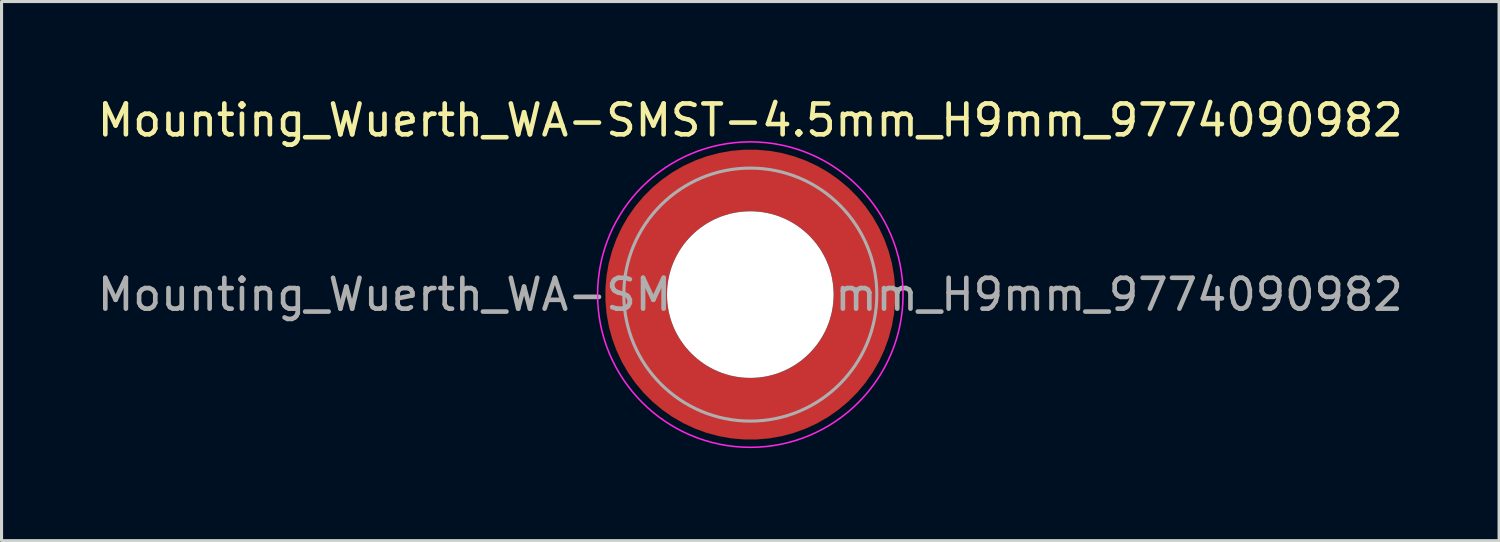
<source format=kicad_pcb>
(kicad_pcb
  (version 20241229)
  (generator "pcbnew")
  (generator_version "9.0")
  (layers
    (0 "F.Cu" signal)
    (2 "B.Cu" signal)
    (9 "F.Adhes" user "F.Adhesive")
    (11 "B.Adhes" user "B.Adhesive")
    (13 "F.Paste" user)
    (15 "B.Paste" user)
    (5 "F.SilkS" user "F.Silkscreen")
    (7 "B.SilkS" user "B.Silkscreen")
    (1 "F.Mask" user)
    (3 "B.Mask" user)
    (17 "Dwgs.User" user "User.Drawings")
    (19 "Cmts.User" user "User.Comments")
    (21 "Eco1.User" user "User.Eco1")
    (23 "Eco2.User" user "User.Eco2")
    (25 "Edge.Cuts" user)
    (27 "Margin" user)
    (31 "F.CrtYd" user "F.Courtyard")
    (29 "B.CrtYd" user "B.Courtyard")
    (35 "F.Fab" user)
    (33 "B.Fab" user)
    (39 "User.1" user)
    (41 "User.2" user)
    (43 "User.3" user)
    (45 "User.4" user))
  (footprint "Mounting_Wuerth_WA-SMST-4.5mm_H9mm_9774090982"
    (layer "F.Cu")
    (at 21.268 6.498)
    (property "Reference" "Mounting_Wuerth_WA-SMST-4.5mm_H9mm_9774090982" (at 0 -5.65 0) (layer "F.SilkS") (effects (font (size 1 1) (thickness 0.15))))
    (attr smd)
    (fp_circle (center 0 0) (end 4.95 0) (stroke (width 0.05) (type solid)) (fill no) (layer "F.CrtYd"))
    (fp_circle (center 0 0) (end 4.1 0) (stroke (width 0.1) (type solid)) (fill no) (layer "F.Fab"))
    (fp_text user "${REFERENCE}" (at 0 0 0) (layer "F.Fab") (effects (font (size 1 1) (thickness 0.15))))
    (pad "" smd custom (at -2.607 -2.607) (size 1.495 1.495) (layers "F.Paste") (options (anchor circle)) (primitives (gr_arc (start -0.188183 2.107456) (mid 0.598928 0.599619) (end 2.106494 -0.188011) (width 0.2)) (gr_arc (start -0.289416 2.107456) (mid 0.528508 0.529033) (end 2.106724 -0.28929) (width 0.2)) (gr_arc (start -0.390547 2.107456) (mid 0.457087 0.459449) (end 2.104161 -0.389996) (width 0.2)) (gr_arc (start -0.491585 2.107456) (mid 0.386415 0.389116) (end 2.103685 -0.490974) (width 0.2)) (gr_arc (start -0.59254 2.107456) (mid 0.31649 0.318035) (end 2.105297 -0.592202) (width 0.2)) (gr_arc (start -0.693419 2.107456) (mid 0.245252 0.248268) (end 2.103239 -0.692777) (width 0.2)) (gr_arc (start -0.794229 2.107456) (mid 0.174636 0.177878) (end 2.102921 -0.793559) (width 0.2)) (gr_arc (start -0.894975 2.107456) (mid 0.104643 0.106866) (end 2.104343 -0.894529) (width 0.2)) (gr_arc (start -0.995664 2.107456) (mid 0.033026 0.037479) (end 2.101219 -0.994793) (width 0.2)) (gr_arc (start -1.0963 2.107456) (mid -0.035789 -0.034714) (end 2.105949 -1.096096) (width 0.2)) (gr_arc (start -1.196886 2.107456) (mid -0.106351 -0.105157) (end 2.105783 -1.196666) (width 0.2)) (gr_arc (start -1.297427 2.107456) (mid -0.176416 -0.176097) (end 2.107009 -1.29737) (width 0.2)) (gr_arc (start -1.397927 2.107456) (mid -0.248476 -0.245042) (end 2.102638 -1.397323) (width 0.2)) (gr_arc (start -1.498388 2.107456) (mid -0.317612 -0.316913) (end 2.106475 -1.498268) (width 0.2)) (gr_arc (start -1.598813 2.107456) (mid -0.388865 -0.386665) (end 2.104366 -1.598444) (width 0.2)) (gr_arc (start -1.699204 2.107456) (mid -0.459747 -0.456787) (end 2.103299 -1.698719) (width 0.2)) (gr_arc (start -1.799565 2.107456) (mid -0.530257 -0.527283) (end 2.103277 -1.799089) (width 0.2)) (gr_arc (start -1.899896 2.107456) (mid -0.600396 -0.59815) (end 2.104299 -1.899545) (width 0.2)) (gr_arc (start -1.899896 2.107456) (mid -0.600396 -0.59815) (end 2.104299 -1.899545) (width 0.2)) (gr_line (start 2.107 -0.188) (end 2.107 -1.9) (width 0.2)) (gr_line (start -0.188 2.107) (end -1.9 2.107) (width 0.2))))
    (pad "" smd custom (at -2.607 2.607) (size 1.495 1.495) (layers "F.Paste") (options (anchor circle)) (primitives (gr_arc (start 2.107456 0.188183) (mid 0.599619 -0.598928) (end -0.188011 -2.106494) (width 0.2)) (gr_arc (start 2.107456 0.289416) (mid 0.529033 -0.528508) (end -0.28929 -2.106724) (width 0.2)) (gr_arc (start 2.107456 0.390547) (mid 0.459449 -0.457087) (end -0.389996 -2.104161) (width 0.2)) (gr_arc (start 2.107456 0.491585) (mid 0.389116 -0.386415) (end -0.490974 -2.103685) (width 0.2)) (gr_arc (start 2.107456 0.59254) (mid 0.318035 -0.31649) (end -0.592202 -2.105297) (width 0.2)) (gr_arc (start 2.107456 0.693419) (mid 0.248268 -0.245252) (end -0.692777 -2.103239) (width 0.2)) (gr_arc (start 2.107456 0.794229) (mid 0.177878 -0.174636) (end -0.793559 -2.102921) (width 0.2)) (gr_arc (start 2.107456 0.894975) (mid 0.106866 -0.104643) (end -0.894529 -2.104343) (width 0.2)) (gr_arc (start 2.107456 0.995664) (mid 0.037479 -0.033026) (end -0.994793 -2.101219) (width 0.2)) (gr_arc (start 2.107456 1.0963) (mid -0.034714 0.035789) (end -1.096096 -2.105949) (width 0.2)) (gr_arc (start 2.107456 1.196886) (mid -0.105157 0.106351) (end -1.196666 -2.105783) (width 0.2)) (gr_arc (start 2.107456 1.297427) (mid -0.176097 0.176416) (end -1.29737 -2.107009) (width 0.2)) (gr_arc (start 2.107456 1.397927) (mid -0.245042 0.248476) (end -1.397323 -2.102638) (width 0.2)) (gr_arc (start 2.107456 1.498388) (mid -0.316913 0.317612) (end -1.498268 -2.106475) (width 0.2)) (gr_arc (start 2.107456 1.598813) (mid -0.386665 0.388865) (end -1.598444 -2.104366) (width 0.2)) (gr_arc (start 2.107456 1.699204) (mid -0.456787 0.459747) (end -1.698719 -2.103299) (width 0.2)) (gr_arc (start 2.107456 1.799565) (mid -0.527283 0.530257) (end -1.799089 -2.103277) (width 0.2)) (gr_arc (start 2.107456 1.899896) (mid -0.59815 0.600396) (end -1.899545 -2.104299) (width 0.2)) (gr_arc (start 2.107456 1.899896) (mid -0.59815 0.600396) (end -1.899545 -2.104299) (width 0.2)) (gr_line (start -0.188 -2.107) (end -1.9 -2.107) (width 0.2)) (gr_line (start 2.107 0.188) (end 2.107 1.9) (width 0.2))))
    (pad "" np_thru_hole circle (at 0 0) (size 5.4 5.4) (drill 5.4) (layers "*.Cu" "*.Mask"))
    (pad "" smd custom (at 2.607 -2.607) (size 1.495 1.495) (layers "F.Paste") (options (anchor circle)) (primitives (gr_arc (start -2.107456 -0.188183) (mid -0.599619 0.598928) (end 0.188011 2.106494) (width 0.2)) (gr_arc (start -2.107456 -0.289416) (mid -0.529033 0.528508) (end 0.28929 2.106724) (width 0.2)) (gr_arc (start -2.107456 -0.390547) (mid -0.459449 0.457087) (end 0.389996 2.104161) (width 0.2)) (gr_arc (start -2.107456 -0.491585) (mid -0.389116 0.386415) (end 0.490974 2.103685) (width 0.2)) (gr_arc (start -2.107456 -0.59254) (mid -0.318035 0.31649) (end 0.592202 2.105297) (width 0.2)) (gr_arc (start -2.107456 -0.693419) (mid -0.248268 0.245252) (end 0.692777 2.103239) (width 0.2)) (gr_arc (start -2.107456 -0.794229) (mid -0.177878 0.174636) (end 0.793559 2.102921) (width 0.2)) (gr_arc (start -2.107456 -0.894975) (mid -0.106866 0.104643) (end 0.894529 2.104343) (width 0.2)) (gr_arc (start -2.107456 -0.995664) (mid -0.037479 0.033026) (end 0.994793 2.101219) (width 0.2)) (gr_arc (start -2.107456 -1.0963) (mid 0.034714 -0.035789) (end 1.096096 2.105949) (width 0.2)) (gr_arc (start -2.107456 -1.196886) (mid 0.105157 -0.106351) (end 1.196666 2.105783) (width 0.2)) (gr_arc (start -2.107456 -1.297427) (mid 0.176097 -0.176416) (end 1.29737 2.107009) (width 0.2)) (gr_arc (start -2.107456 -1.397927) (mid 0.245042 -0.248476) (end 1.397323 2.102638) (width 0.2)) (gr_arc (start -2.107456 -1.498388) (mid 0.316913 -0.317612) (end 1.498268 2.106475) (width 0.2)) (gr_arc (start -2.107456 -1.598813) (mid 0.386665 -0.388865) (end 1.598444 2.104366) (width 0.2)) (gr_arc (start -2.107456 -1.699204) (mid 0.456787 -0.459747) (end 1.698719 2.103299) (width 0.2)) (gr_arc (start -2.107456 -1.799565) (mid 0.527283 -0.530257) (end 1.799089 2.103277) (width 0.2)) (gr_arc (start -2.107456 -1.899896) (mid 0.59815 -0.600396) (end 1.899545 2.104299) (width 0.2)) (gr_arc (start -2.107456 -1.899896) (mid 0.59815 -0.600396) (end 1.899545 2.104299) (width 0.2)) (gr_line (start 0.188 2.107) (end 1.9 2.107) (width 0.2)) (gr_line (start -2.107 -0.188) (end -2.107 -1.9) (width 0.2))))
    (pad "" smd custom (at 2.607 2.607) (size 1.495 1.495) (layers "F.Paste") (options (anchor circle)) (primitives (gr_arc (start 0.188183 -2.107456) (mid -0.598928 -0.599619) (end -2.106494 0.188011) (width 0.2)) (gr_arc (start 0.289416 -2.107456) (mid -0.528508 -0.529033) (end -2.106724 0.28929) (width 0.2)) (gr_arc (start 0.390547 -2.107456) (mid -0.457087 -0.459449) (end -2.104161 0.389996) (width 0.2)) (gr_arc (start 0.491585 -2.107456) (mid -0.386415 -0.389116) (end -2.103685 0.490974) (width 0.2)) (gr_arc (start 0.59254 -2.107456) (mid -0.31649 -0.318035) (end -2.105297 0.592202) (width 0.2)) (gr_arc (start 0.693419 -2.107456) (mid -0.245252 -0.248268) (end -2.103239 0.692777) (width 0.2)) (gr_arc (start 0.794229 -2.107456) (mid -0.174636 -0.177878) (end -2.102921 0.793559) (width 0.2)) (gr_arc (start 0.894975 -2.107456) (mid -0.104643 -0.106866) (end -2.104343 0.894529) (width 0.2)) (gr_arc (start 0.995664 -2.107456) (mid -0.033026 -0.037479) (end -2.101219 0.994793) (width 0.2)) (gr_arc (start 1.0963 -2.107456) (mid 0.035789 0.034714) (end -2.105949 1.096096) (width 0.2)) (gr_arc (start 1.196886 -2.107456) (mid 0.106351 0.105157) (end -2.105783 1.196666) (width 0.2)) (gr_arc (start 1.297427 -2.107456) (mid 0.176416 0.176097) (end -2.107009 1.29737) (width 0.2)) (gr_arc (start 1.397927 -2.107456) (mid 0.248476 0.245042) (end -2.102638 1.397323) (width 0.2)) (gr_arc (start 1.498388 -2.107456) (mid 0.317612 0.316913) (end -2.106475 1.498268) (width 0.2)) (gr_arc (start 1.598813 -2.107456) (mid 0.388865 0.386665) (end -2.104366 1.598444) (width 0.2)) (gr_arc (start 1.699204 -2.107456) (mid 0.459747 0.456787) (end -2.103299 1.698719) (width 0.2)) (gr_arc (start 1.799565 -2.107456) (mid 0.530257 0.527283) (end -2.103277 1.799089) (width 0.2)) (gr_arc (start 1.899896 -2.107456) (mid 0.600396 0.59815) (end -2.104299 1.899545) (width 0.2)) (gr_arc (start 1.899896 -2.107456) (mid 0.600396 0.59815) (end -2.104299 1.899545) (width 0.2)) (gr_line (start -2.107 0.188) (end -2.107 1.9) (width 0.2)) (gr_line (start 0.188 -2.107) (end 1.9 -2.107) (width 0.2))))
    (pad "1" smd circle (at -3.7 0) (size 1.6 1.6) (layers "F.Cu"))
    (pad "1" smd circle (at 0 -3.7) (size 1.6 1.6) (layers "F.Cu"))
    (pad "1" smd circle (at 0 3.7) (size 1.6 1.6) (layers "F.Cu"))
    (pad "1" smd custom (at 3.7 0) (size 1.6 1.6) (layers "F.Cu" "F.Mask") (options (anchor circle)) (primitives (gr_circle (center -3.7 0) (end 0 0) (width 2) (fill no)))))
  (gr_rect
    (start -3 -3)
    (end 45.536 14.473)
    (stroke (width 0.1) (type default))
    (fill no)
    (layer "Edge.Cuts")))
</source>
